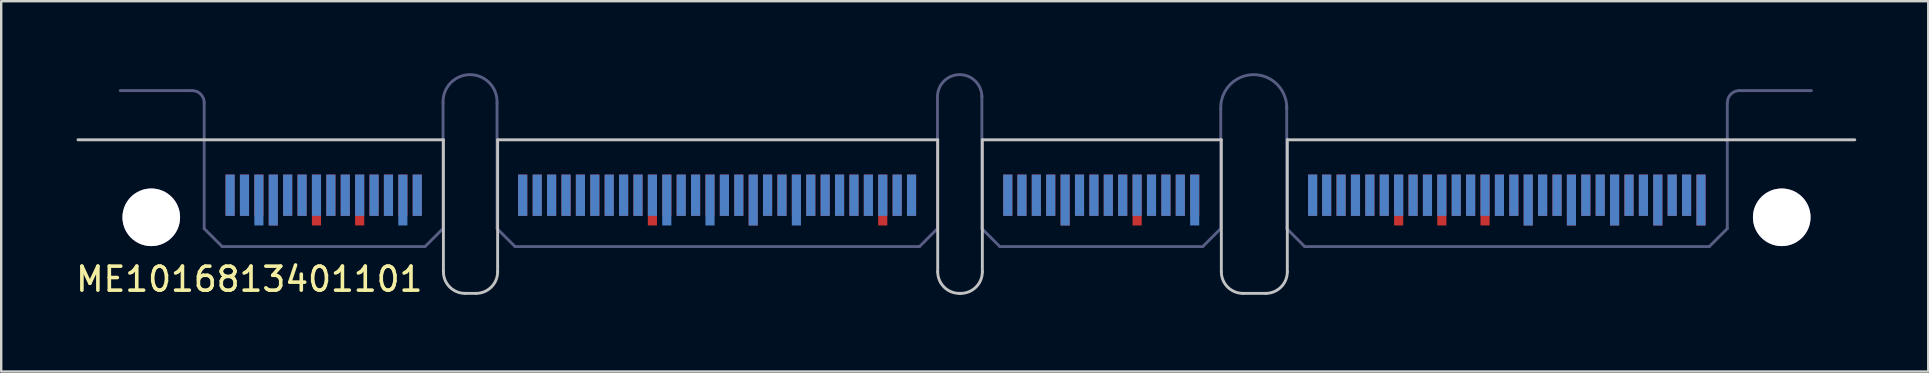
<source format=kicad_pcb>
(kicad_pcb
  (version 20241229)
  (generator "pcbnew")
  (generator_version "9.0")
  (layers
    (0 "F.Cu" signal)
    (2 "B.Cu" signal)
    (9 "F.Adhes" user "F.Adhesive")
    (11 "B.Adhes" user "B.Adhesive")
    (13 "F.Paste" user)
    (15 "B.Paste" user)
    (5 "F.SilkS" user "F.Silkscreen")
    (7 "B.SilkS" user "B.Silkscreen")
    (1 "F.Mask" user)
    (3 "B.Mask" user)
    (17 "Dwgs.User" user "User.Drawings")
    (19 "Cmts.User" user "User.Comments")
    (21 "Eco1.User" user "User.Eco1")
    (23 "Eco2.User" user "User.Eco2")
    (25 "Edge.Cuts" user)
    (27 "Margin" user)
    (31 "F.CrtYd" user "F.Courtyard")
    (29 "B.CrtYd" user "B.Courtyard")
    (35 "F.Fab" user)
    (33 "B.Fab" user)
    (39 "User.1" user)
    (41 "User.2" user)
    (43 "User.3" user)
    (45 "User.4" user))
  (footprint "ME1016813401101"
    (layer "F.Cu")
    (at 36.939 5.286)
    (property "Reference" "ME1016813401101" (at -29.6 3.3 0) (layer "F.SilkS") (effects (font (size 1 1) (thickness 0.15))))
    (attr through_hole)
    (fp_line (start -21.51 -2.51) (end -36.74 -2.51) (stroke (width 0.12) (type solid)) (layer "Dwgs.User"))
    (fp_line (start -21.51 -2.51) (end -21.51 2.99) (stroke (width 0.12) (type solid)) (layer "Dwgs.User"))
    (fp_line (start -20.61 3.89) (end -20.15 3.89) (stroke (width 0.12) (type solid)) (layer "Dwgs.User"))
    (fp_line (start -19.25 -2.51) (end -19.25 2.99) (stroke (width 0.12) (type solid)) (layer "Dwgs.User"))
    (fp_line (start -0.91 -2.51) (end -19.25 -2.51) (stroke (width 0.12) (type solid)) (layer "Dwgs.User"))
    (fp_line (start -0.91 -2.51) (end -0.91 2.99) (stroke (width 0.12) (type solid)) (layer "Dwgs.User"))
    (fp_line (start -0.01 3.89) (end 0.05 3.89) (stroke (width 0.12) (type solid)) (layer "Dwgs.User"))
    (fp_line (start 0.95 -2.51) (end 0.95 2.99) (stroke (width 0.12) (type solid)) (layer "Dwgs.User"))
    (fp_line (start 10.91 -2.51) (end 0.95 -2.51) (stroke (width 0.12) (type solid)) (layer "Dwgs.User"))
    (fp_line (start 10.91 -2.51) (end 10.91 2.99) (stroke (width 0.12) (type solid)) (layer "Dwgs.User"))
    (fp_line (start 11.81 3.89) (end 12.76 3.89) (stroke (width 0.12) (type solid)) (layer "Dwgs.User"))
    (fp_line (start 13.66 -2.51) (end 13.66 2.99) (stroke (width 0.12) (type solid)) (layer "Dwgs.User"))
    (fp_line (start 37.31 -2.51) (end 13.66 -2.51) (stroke (width 0.12) (type solid)) (layer "Dwgs.User"))
    (fp_arc (start -20.61 3.89) (mid -21.246396 3.626396) (end -21.51 2.99) (stroke (width 0.12) (type solid)) (layer "Dwgs.User"))
    (fp_arc (start -19.25 2.99) (mid -19.513604 3.626396) (end -20.15 3.89) (stroke (width 0.12) (type solid)) (layer "Dwgs.User"))
    (fp_arc (start -0.01 3.89) (mid -0.646396 3.626396) (end -0.91 2.99) (stroke (width 0.12) (type solid)) (layer "Dwgs.User"))
    (fp_arc (start 0.95 2.99) (mid 0.686396 3.626396) (end 0.05 3.89) (stroke (width 0.12) (type solid)) (layer "Dwgs.User"))
    (fp_arc (start 11.81 3.89) (mid 11.173604 3.626396) (end 10.91 2.99) (stroke (width 0.12) (type solid)) (layer "Dwgs.User"))
    (fp_arc (start 13.66 2.99) (mid 13.396396 3.626396) (end 12.76 3.89) (stroke (width 0.12) (type solid)) (layer "Dwgs.User"))
    (fp_line (start -34.98 -4.56) (end -31.98 -4.56) (stroke (width 0.12) (type solid)) (layer "B.Fab"))
    (fp_line (start -31.48 1.19) (end -31.48 -4.06) (stroke (width 0.12) (type solid)) (layer "B.Fab"))
    (fp_line (start -30.73 1.94) (end -31.48 1.19) (stroke (width 0.12) (type solid)) (layer "B.Fab"))
    (fp_line (start -30.73 1.94) (end -22.275 1.94) (stroke (width 0.12) (type solid)) (layer "B.Fab"))
    (fp_line (start -21.525 1.19) (end -22.275 1.94) (stroke (width 0.12) (type solid)) (layer "B.Fab"))
    (fp_line (start -21.525 1.19) (end -21.525 -4.06) (stroke (width 0.12) (type solid)) (layer "B.Fab"))
    (fp_line (start -19.275 1.19) (end -19.275 -4.06) (stroke (width 0.12) (type solid)) (layer "B.Fab"))
    (fp_line (start -19.275 1.19) (end -18.525 1.94) (stroke (width 0.12) (type solid)) (layer "B.Fab"))
    (fp_line (start -18.525 1.94) (end -1.67 1.94) (stroke (width 0.12) (type solid)) (layer "B.Fab"))
    (fp_line (start -0.92 1.19) (end -1.67 1.94) (stroke (width 0.12) (type solid)) (layer "B.Fab"))
    (fp_line (start -0.92 1.19) (end -0.92 -4.26) (stroke (width 0.12) (type solid)) (layer "B.Fab"))
    (fp_line (start 0.93 1.19) (end 0.93 -4.34) (stroke (width 0.12) (type solid)) (layer "B.Fab"))
    (fp_line (start 0.93 1.19) (end 1.68 1.94) (stroke (width 0.12) (type solid)) (layer "B.Fab"))
    (fp_line (start 1.68 1.94) (end 10.135 1.94) (stroke (width 0.12) (type solid)) (layer "B.Fab"))
    (fp_line (start 10.135 1.94) (end 10.885 1.19) (stroke (width 0.12) (type solid)) (layer "B.Fab"))
    (fp_line (start 10.885 1.19) (end 10.885 -3.81) (stroke (width 0.12) (type solid)) (layer "B.Fab"))
    (fp_line (start 13.635 1.19) (end 13.635 -3.89) (stroke (width 0.12) (type solid)) (layer "B.Fab"))
    (fp_line (start 14.385 1.94) (end 13.635 1.19) (stroke (width 0.12) (type solid)) (layer "B.Fab"))
    (fp_line (start 14.385 1.94) (end 31.245 1.94) (stroke (width 0.12) (type solid)) (layer "B.Fab"))
    (fp_line (start 31.995 1.19) (end 31.245 1.94) (stroke (width 0.12) (type solid)) (layer "B.Fab"))
    (fp_line (start 31.995 1.19) (end 31.995 -4.06) (stroke (width 0.12) (type solid)) (layer "B.Fab"))
    (fp_line (start 35.5 -4.56) (end 32.5 -4.56) (stroke (width 0.12) (type solid)) (layer "B.Fab"))
    (fp_arc (start -31.98 -4.56) (mid -31.626447 -4.413553) (end -31.48 -4.06) (stroke (width 0.12) (type solid)) (layer "B.Fab"))
    (fp_arc (start -21.525 -4.06) (mid -20.4 -5.225711) (end -19.275 -4.06) (stroke (width 0.12) (type solid)) (layer "B.Fab"))
    (fp_arc (start -0.92 -4.26) (mid -0.015005 -5.225648) (end 0.930864 -4.3) (stroke (width 0.12) (type solid)) (layer "B.Fab"))
    (fp_arc (start 10.885 -3.81) (mid 12.264997 -5.225573) (end 13.634673 -3.800012) (stroke (width 0.12) (type solid)) (layer "B.Fab"))
    (fp_arc (start 32 -4.06) (mid 32.146447 -4.413553) (end 32.5 -4.56) (stroke (width 0.12) (type solid)) (layer "B.Fab"))
    (pad "A1" smd rect (at -18.205 -0.2) (size 0.38 1.72) (layers "B.Cu" "B.Mask"))
    (pad "A2" smd rect (at -17.6 -0.2) (size 0.38 1.72) (layers "B.Cu" "B.Mask"))
    (pad "A3" smd rect (at -17 -0.2) (size 0.38 1.72) (layers "B.Cu" "B.Mask"))
    (pad "A4" smd rect (at -16.4 -0.2) (size 0.38 1.72) (layers "B.Cu" "B.Mask"))
    (pad "A5" smd rect (at -15.8 -0.2) (size 0.38 1.72) (layers "B.Cu" "B.Mask"))
    (pad "A6" smd rect (at -15.2 -0.2) (size 0.38 1.72) (layers "B.Cu" "B.Mask"))
    (pad "A7" smd rect (at -14.6 -0.2) (size 0.38 1.72) (layers "B.Cu" "B.Mask"))
    (pad "A8" smd rect (at -14 -0.2) (size 0.38 1.72) (layers "B.Cu" "B.Mask"))
    (pad "A9" smd rect (at -13.4 -0.2) (size 0.38 1.72) (layers "B.Cu" "B.Mask"))
    (pad "A10" smd rect (at -12.8 -0.2) (size 0.38 1.72) (layers "B.Cu" "B.Mask"))
    (pad "A11" smd rect (at -12.2 0) (size 0.38 2.12) (layers "B.Cu" "B.Mask"))
    (pad "A12" smd rect (at -11.6 -0.2) (size 0.38 1.72) (layers "B.Cu" "B.Mask"))
    (pad "A13" smd rect (at -11 -0.2) (size 0.38 1.72) (layers "B.Cu" "B.Mask"))
    (pad "A14" smd rect (at -10.4 0) (size 0.38 2.12) (layers "B.Cu" "B.Mask"))
    (pad "A15" smd rect (at -9.8 -0.2) (size 0.38 1.72) (layers "B.Cu" "B.Mask"))
    (pad "A16" smd rect (at -9.2 -0.2) (size 0.38 1.72) (layers "B.Cu" "B.Mask"))
    (pad "A17" smd rect (at -8.6 0) (size 0.38 2.12) (layers "B.Cu" "B.Mask"))
    (pad "A18" smd rect (at -8 -0.2) (size 0.38 1.72) (layers "B.Cu" "B.Mask"))
    (pad "A19" smd rect (at -7.4 -0.2) (size 0.38 1.72) (layers "B.Cu" "B.Mask"))
    (pad "A20" smd rect (at -6.8 0) (size 0.38 2.12) (layers "B.Cu" "B.Mask"))
    (pad "A21" smd rect (at -6.2 -0.2) (size 0.38 1.72) (layers "B.Cu" "B.Mask"))
    (pad "A22" smd rect (at -5.6 -0.2) (size 0.38 1.72) (layers "B.Cu" "B.Mask"))
    (pad "A23" smd rect (at -5 -0.2) (size 0.38 1.72) (layers "B.Cu" "B.Mask"))
    (pad "A24" smd rect (at -4.4 -0.2) (size 0.38 1.72) (layers "B.Cu" "B.Mask"))
    (pad "A25" smd rect (at -3.8 -0.2) (size 0.38 1.72) (layers "B.Cu" "B.Mask"))
    (pad "A26" smd rect (at -3.2 -0.2) (size 0.38 1.72) (layers "B.Cu" "B.Mask"))
    (pad "A27" smd rect (at -2.6 -0.2) (size 0.38 1.72) (layers "B.Cu" "B.Mask"))
    (pad "A28" smd rect (at -2 -0.2) (size 0.38 1.72) (layers "B.Cu" "B.Mask"))
    (pad "A29" smd rect (at 2.01 -0.2) (size 0.38 1.72) (layers "B.Cu" "B.Mask"))
    (pad "A30" smd rect (at 2.6 -0.2) (size 0.38 1.72) (layers "B.Cu" "B.Mask"))
    (pad "A31" smd rect (at 3.2 -0.2) (size 0.38 1.72) (layers "B.Cu" "B.Mask"))
    (pad "A32" smd rect (at 3.8 -0.2) (size 0.38 1.72) (layers "B.Cu" "B.Mask"))
    (pad "A33" smd rect (at 4.4 0) (size 0.38 2.12) (layers "B.Cu" "B.Mask"))
    (pad "A34" smd rect (at 5 -0.2) (size 0.38 1.72) (layers "B.Cu" "B.Mask"))
    (pad "A35" smd rect (at 5.6 -0.2) (size 0.38 1.72) (layers "B.Cu" "B.Mask"))
    (pad "A36" smd rect (at 6.2 -0.2) (size 0.38 1.72) (layers "B.Cu" "B.Mask"))
    (pad "A37" smd rect (at 6.8 -0.2) (size 0.38 1.72) (layers "B.Cu" "B.Mask"))
    (pad "A38" smd rect (at 7.4 -0.2) (size 0.38 1.72) (layers "B.Cu" "B.Mask"))
    (pad "A39" smd rect (at 8 -0.2) (size 0.38 1.72) (layers "B.Cu" "B.Mask"))
    (pad "A40" smd rect (at 8.6 -0.2) (size 0.38 1.72) (layers "B.Cu" "B.Mask"))
    (pad "A41" smd rect (at 9.2 -0.2) (size 0.38 1.72) (layers "B.Cu" "B.Mask"))
    (pad "A42" smd rect (at 9.8 0) (size 0.38 2.12) (layers "B.Cu" "B.Mask"))
    (pad "A43" smd rect (at 14.715 -0.2) (size 0.38 1.72) (layers "B.Cu" "B.Mask"))
    (pad "A44" smd rect (at 15.3 -0.2) (size 0.38 1.72) (layers "B.Cu" "B.Mask"))
    (pad "A45" smd rect (at 15.9 -0.2) (size 0.38 1.72) (layers "B.Cu" "B.Mask"))
    (pad "A46" smd rect (at 16.5 -0.2) (size 0.38 1.72) (layers "B.Cu" "B.Mask"))
    (pad "A47" smd rect (at 17.1 -0.2) (size 0.38 1.72) (layers "B.Cu" "B.Mask"))
    (pad "A48" smd rect (at 17.7 -0.2) (size 0.38 1.72) (layers "B.Cu" "B.Mask"))
    (pad "A49" smd rect (at 18.3 -0.2) (size 0.38 1.72) (layers "B.Cu" "B.Mask"))
    (pad "A50" smd rect (at 18.9 -0.2) (size 0.38 1.72) (layers "B.Cu" "B.Mask"))
    (pad "A51" smd rect (at 19.5 -0.2) (size 0.38 1.72) (layers "B.Cu" "B.Mask"))
    (pad "A52" smd rect (at 20.1 -0.2) (size 0.38 1.72) (layers "B.Cu" "B.Mask"))
    (pad "A53" smd rect (at 20.7 -0.2) (size 0.38 1.72) (layers "B.Cu" "B.Mask"))
    (pad "A54" smd rect (at 21.3 -0.2) (size 0.38 1.72) (layers "B.Cu" "B.Mask"))
    (pad "A55" smd rect (at 21.9 -0.2) (size 0.38 1.72) (layers "B.Cu" "B.Mask"))
    (pad "A56" smd rect (at 22.5 -0.2) (size 0.38 1.72) (layers "B.Cu" "B.Mask"))
    (pad "A57" smd rect (at 23.1 -0.2) (size 0.38 1.72) (layers "B.Cu" "B.Mask"))
    (pad "A58" smd rect (at 23.7 0) (size 0.38 2.12) (layers "B.Cu" "B.Mask"))
    (pad "A59" smd rect (at 24.3 -0.2) (size 0.38 1.72) (layers "B.Cu" "B.Mask"))
    (pad "A60" smd rect (at 24.9 -0.2) (size 0.38 1.72) (layers "B.Cu" "B.Mask"))
    (pad "A61" smd rect (at 25.5 0) (size 0.38 2.12) (layers "B.Cu" "B.Mask"))
    (pad "A62" smd rect (at 26.1 -0.2) (size 0.38 1.72) (layers "B.Cu" "B.Mask"))
    (pad "A63" smd rect (at 26.7 -0.2) (size 0.38 1.72) (layers "B.Cu" "B.Mask"))
    (pad "A64" smd rect (at 27.3 0) (size 0.38 2.12) (layers "B.Cu" "B.Mask"))
    (pad "A65" smd rect (at 27.9 -0.2) (size 0.38 1.72) (layers "B.Cu" "B.Mask"))
    (pad "A66" smd rect (at 28.5 -0.2) (size 0.38 1.72) (layers "B.Cu" "B.Mask"))
    (pad "A67" smd rect (at 29.1 0) (size 0.38 2.12) (layers "B.Cu" "B.Mask"))
    (pad "A68" smd rect (at 29.7 -0.2) (size 0.38 1.72) (layers "B.Cu" "B.Mask"))
    (pad "A69" smd rect (at 30.3 -0.2) (size 0.38 1.72) (layers "B.Cu" "B.Mask"))
    (pad "A70" smd rect (at 30.9 0) (size 0.38 2.12) (layers "B.Cu" "B.Mask"))
    (pad "B1" smd rect (at -18.205 -0.2) (size 0.38 1.72) (layers "F.Cu" "F.Mask"))
    (pad "B2" smd rect (at -17.6 -0.2) (size 0.38 1.72) (layers "F.Cu" "F.Mask"))
    (pad "B3" smd rect (at -17 -0.2) (size 0.38 1.72) (layers "F.Cu" "F.Mask"))
    (pad "B4" smd rect (at -16.4 -0.2) (size 0.38 1.72) (layers "F.Cu" "F.Mask"))
    (pad "B5" smd rect (at -15.8 -0.2) (size 0.38 1.72) (layers "F.Cu" "F.Mask"))
    (pad "B6" smd rect (at -15.2 -0.2) (size 0.38 1.72) (layers "F.Cu" "F.Mask"))
    (pad "B7" smd rect (at -14.6 -0.2) (size 0.38 1.72) (layers "F.Cu" "F.Mask"))
    (pad "B8" smd rect (at -14 -0.2) (size 0.38 1.72) (layers "F.Cu" "F.Mask"))
    (pad "B9" smd rect (at -13.4 -0.2) (size 0.38 1.72) (layers "F.Cu" "F.Mask"))
    (pad "B10" smd rect (at -12.8 0) (size 0.38 2.12) (layers "F.Cu" "F.Mask"))
    (pad "B11" smd rect (at -12.2 -0.2) (size 0.38 1.72) (layers "F.Cu" "F.Mask"))
    (pad "B12" smd rect (at -11.6 -0.2) (size 0.38 1.72) (layers "F.Cu" "F.Mask"))
    (pad "B13" smd rect (at -11 -0.2) (size 0.38 1.72) (layers "F.Cu" "F.Mask"))
    (pad "B14" smd rect (at -10.4 -0.2) (size 0.38 1.72) (layers "F.Cu" "F.Mask"))
    (pad "B15" smd rect (at -9.8 -0.2) (size 0.38 1.72) (layers "F.Cu" "F.Mask"))
    (pad "B16" smd rect (at -9.2 -0.2) (size 0.38 1.72) (layers "F.Cu" "F.Mask"))
    (pad "B17" smd rect (at -8.6 0) (size 0.38 2.12) (layers "F.Cu" "F.Mask"))
    (pad "B18" smd rect (at -8 -0.2) (size 0.38 1.72) (layers "F.Cu" "F.Mask"))
    (pad "B19" smd rect (at -7.4 -0.2) (size 0.38 1.72) (layers "F.Cu" "F.Mask"))
    (pad "B20" smd rect (at -6.8 -0.2) (size 0.38 1.72) (layers "F.Cu" "F.Mask"))
    (pad "B21" smd rect (at -6.2 -0.2) (size 0.38 1.72) (layers "F.Cu" "F.Mask"))
    (pad "B22" smd rect (at -5.6 -0.2) (size 0.38 1.72) (layers "F.Cu" "F.Mask"))
    (pad "B23" smd rect (at -5 -0.2) (size 0.38 1.72) (layers "F.Cu" "F.Mask"))
    (pad "B24" smd rect (at -4.4 -0.2) (size 0.38 1.72) (layers "F.Cu" "F.Mask"))
    (pad "B25" smd rect (at -3.8 -0.2) (size 0.38 1.72) (layers "F.Cu" "F.Mask"))
    (pad "B26" smd rect (at -3.2 0) (size 0.38 2.12) (layers "F.Cu" "F.Mask"))
    (pad "B27" smd rect (at -2.6 -0.2) (size 0.38 1.72) (layers "F.Cu" "F.Mask"))
    (pad "B28" smd rect (at -2 -0.2) (size 0.38 1.72) (layers "F.Cu" "F.Mask"))
    (pad "B29" smd rect (at 2.01 -0.2) (size 0.38 1.72) (layers "F.Cu" "F.Mask"))
    (pad "B30" smd rect (at 2.6 -0.2) (size 0.38 1.72) (layers "F.Cu" "F.Mask"))
    (pad "B31" smd rect (at 3.2 -0.2) (size 0.38 1.72) (layers "F.Cu" "F.Mask"))
    (pad "B32" smd rect (at 3.8 -0.2) (size 0.38 1.72) (layers "F.Cu" "F.Mask"))
    (pad "B33" smd rect (at 4.4 0) (size 0.38 2.12) (layers "F.Cu" "F.Mask"))
    (pad "B34" smd rect (at 5 -0.2) (size 0.38 1.72) (layers "F.Cu" "F.Mask"))
    (pad "B35" smd rect (at 5.6 -0.2) (size 0.38 1.72) (layers "F.Cu" "F.Mask"))
    (pad "B36" smd rect (at 6.2 -0.2) (size 0.38 1.72) (layers "F.Cu" "F.Mask"))
    (pad "B37" smd rect (at 6.8 -0.2) (size 0.38 1.72) (layers "F.Cu" "F.Mask"))
    (pad "B38" smd rect (at 7.4 0) (size 0.38 2.12) (layers "F.Cu" "F.Mask"))
    (pad "B39" smd rect (at 8 -0.2) (size 0.38 1.72) (layers "F.Cu" "F.Mask"))
    (pad "B40" smd rect (at 8.6 -0.2) (size 0.38 1.72) (layers "F.Cu" "F.Mask"))
    (pad "B41" smd rect (at 9.2 -0.2) (size 0.38 1.72) (layers "F.Cu" "F.Mask"))
    (pad "B42" smd rect (at 9.8 -0.2) (size 0.38 1.72) (layers "F.Cu" "F.Mask"))
    (pad "B43" smd rect (at 14.715 -0.2) (size 0.38 1.72) (layers "F.Cu" "F.Mask"))
    (pad "B44" smd rect (at 15.3 -0.2) (size 0.38 1.72) (layers "F.Cu" "F.Mask"))
    (pad "B45" smd rect (at 15.9 -0.2) (size 0.38 1.72) (layers "F.Cu" "F.Mask"))
    (pad "B46" smd rect (at 16.5 -0.2) (size 0.38 1.72) (layers "F.Cu" "F.Mask"))
    (pad "B47" smd rect (at 17.1 -0.2) (size 0.38 1.72) (layers "F.Cu" "F.Mask"))
    (pad "B48" smd rect (at 17.7 -0.2) (size 0.38 1.72) (layers "F.Cu" "F.Mask"))
    (pad "B49" smd rect (at 18.3 0) (size 0.38 2.12) (layers "F.Cu" "F.Mask"))
    (pad "B50" smd rect (at 18.9 -0.2) (size 0.38 1.72) (layers "F.Cu" "F.Mask"))
    (pad "B51" smd rect (at 19.5 -0.2) (size 0.38 1.72) (layers "F.Cu" "F.Mask"))
    (pad "B52" smd rect (at 20.1 0) (size 0.38 2.12) (layers "F.Cu" "F.Mask"))
    (pad "B53" smd rect (at 20.7 -0.2) (size 0.38 1.72) (layers "F.Cu" "F.Mask"))
    (pad "B54" smd rect (at 21.3 -0.2) (size 0.38 1.72) (layers "F.Cu" "F.Mask"))
    (pad "B55" smd rect (at 21.9 0) (size 0.38 2.12) (layers "F.Cu" "F.Mask"))
    (pad "B56" smd rect (at 22.5 -0.2) (size 0.38 1.72) (layers "F.Cu" "F.Mask"))
    (pad "B57" smd rect (at 23.1 -0.2) (size 0.38 1.72) (layers "F.Cu" "F.Mask"))
    (pad "B58" smd rect (at 23.7 0) (size 0.38 2.12) (layers "F.Cu" "F.Mask"))
    (pad "B59" smd rect (at 24.3 -0.2) (size 0.38 1.72) (layers "F.Cu" "F.Mask"))
    (pad "B60" smd rect (at 24.9 -0.2) (size 0.38 1.72) (layers "F.Cu" "F.Mask"))
    (pad "B61" smd rect (at 25.5 0) (size 0.38 2.12) (layers "F.Cu" "F.Mask"))
    (pad "B62" smd rect (at 26.1 -0.2) (size 0.38 1.72) (layers "F.Cu" "F.Mask"))
    (pad "B63" smd rect (at 26.7 -0.2) (size 0.38 1.72) (layers "F.Cu" "F.Mask"))
    (pad "B64" smd rect (at 27.3 0) (size 0.38 2.12) (layers "F.Cu" "F.Mask"))
    (pad "B65" smd rect (at 27.9 -0.2) (size 0.38 1.72) (layers "F.Cu" "F.Mask"))
    (pad "B66" smd rect (at 28.5 -0.2) (size 0.38 1.72) (layers "F.Cu" "F.Mask"))
    (pad "B67" smd rect (at 29.1 0) (size 0.38 2.12) (layers "F.Cu" "F.Mask"))
    (pad "B68" smd rect (at 29.7 -0.2) (size 0.38 1.72) (layers "F.Cu" "F.Mask"))
    (pad "B69" smd rect (at 30.3 -0.2) (size 0.38 1.72) (layers "F.Cu" "F.Mask"))
    (pad "B70" smd rect (at 30.9 0) (size 0.38 2.12) (layers "F.Cu" "F.Mask"))
    (pad "M" thru_hole circle (at -33.685 0.72) (size 2.4 2.4) (drill 2.4) (layers "*.Cu" "*.Mask"))
    (pad "M" thru_hole circle (at 34.265 0.72) (size 2.4 2.4) (drill 2.4) (layers "*.Cu" "*.Mask"))
    (pad "OA1" smd rect (at -30.4 -0.2) (size 0.38 1.72) (layers "B.Cu" "B.Mask"))
    (pad "OA2" smd rect (at -29.8 -0.2) (size 0.38 1.72) (layers "B.Cu" "B.Mask"))
    (pad "OA3" smd rect (at -29.2 0) (size 0.38 2.12) (layers "B.Cu" "B.Mask"))
    (pad "OA4" smd rect (at -28.6 0) (size 0.38 2.12) (layers "B.Cu" "B.Mask"))
    (pad "OA5" smd rect (at -28 -0.2) (size 0.38 1.72) (layers "B.Cu" "B.Mask"))
    (pad "OA6" smd rect (at -27.4 -0.2) (size 0.38 1.72) (layers "B.Cu" "B.Mask"))
    (pad "OA7" smd rect (at -26.8 -0.2) (size 0.38 1.72) (layers "B.Cu" "B.Mask"))
    (pad "OA8" smd rect (at -26.2 -0.2) (size 0.38 1.72) (layers "B.Cu" "B.Mask"))
    (pad "OA9" smd rect (at -25.6 -0.2) (size 0.38 1.72) (layers "B.Cu" "B.Mask"))
    (pad "OA10" smd rect (at -25 -0.2) (size 0.38 1.72) (layers "B.Cu" "B.Mask"))
    (pad "OA11" smd rect (at -24.4 -0.2) (size 0.38 1.72) (layers "B.Cu" "B.Mask"))
    (pad "OA12" smd rect (at -23.8 -0.2) (size 0.38 1.72) (layers "B.Cu" "B.Mask"))
    (pad "OA13" smd rect (at -23.2 0) (size 0.38 2.12) (layers "B.Cu" "B.Mask"))
    (pad "OA14" smd rect (at -22.6 -0.2) (size 0.38 1.72) (layers "B.Cu" "B.Mask"))
    (pad "OB1" smd rect (at -30.4 -0.2) (size 0.38 1.72) (layers "F.Cu" "F.Mask"))
    (pad "OB2" smd rect (at -29.8 -0.2) (size 0.38 1.72) (layers "F.Cu" "F.Mask"))
    (pad "OB3" smd rect (at -29.2 -0.2) (size 0.38 1.72) (layers "F.Cu" "F.Mask"))
    (pad "OB4" smd rect (at -28.6 0) (size 0.38 2.12) (layers "F.Cu" "F.Mask"))
    (pad "OB5" smd rect (at -28 -0.2) (size 0.38 1.72) (layers "F.Cu" "F.Mask"))
    (pad "OB6" smd rect (at -27.4 -0.2) (size 0.38 1.72) (layers "F.Cu" "F.Mask"))
    (pad "OB7" smd rect (at -26.8 0) (size 0.38 2.12) (layers "F.Cu" "F.Mask"))
    (pad "OB8" smd rect (at -26.2 -0.2) (size 0.38 1.72) (layers "F.Cu" "F.Mask"))
    (pad "OB9" smd rect (at -25.6 -0.2) (size 0.38 1.72) (layers "F.Cu" "F.Mask"))
    (pad "OB10" smd rect (at -25 0) (size 0.38 2.12) (layers "F.Cu" "F.Mask"))
    (pad "OB11" smd rect (at -24.4 -0.2) (size 0.38 1.72) (layers "F.Cu" "F.Mask"))
    (pad "OB12" smd rect (at -23.8 -0.2) (size 0.38 1.72) (layers "F.Cu" "F.Mask"))
    (pad "OB13" smd rect (at -23.2 -0.2) (size 0.38 1.72) (layers "F.Cu" "F.Mask"))
    (pad "OB14" smd rect (at -22.6 -0.2) (size 0.38 1.72) (layers "F.Cu" "F.Mask")))
  (gr_rect
    (start -3 -3)
    (end 77.309 12.434)
    (stroke (width 0.1) (type default))
    (fill no)
    (layer "Edge.Cuts")))
</source>
